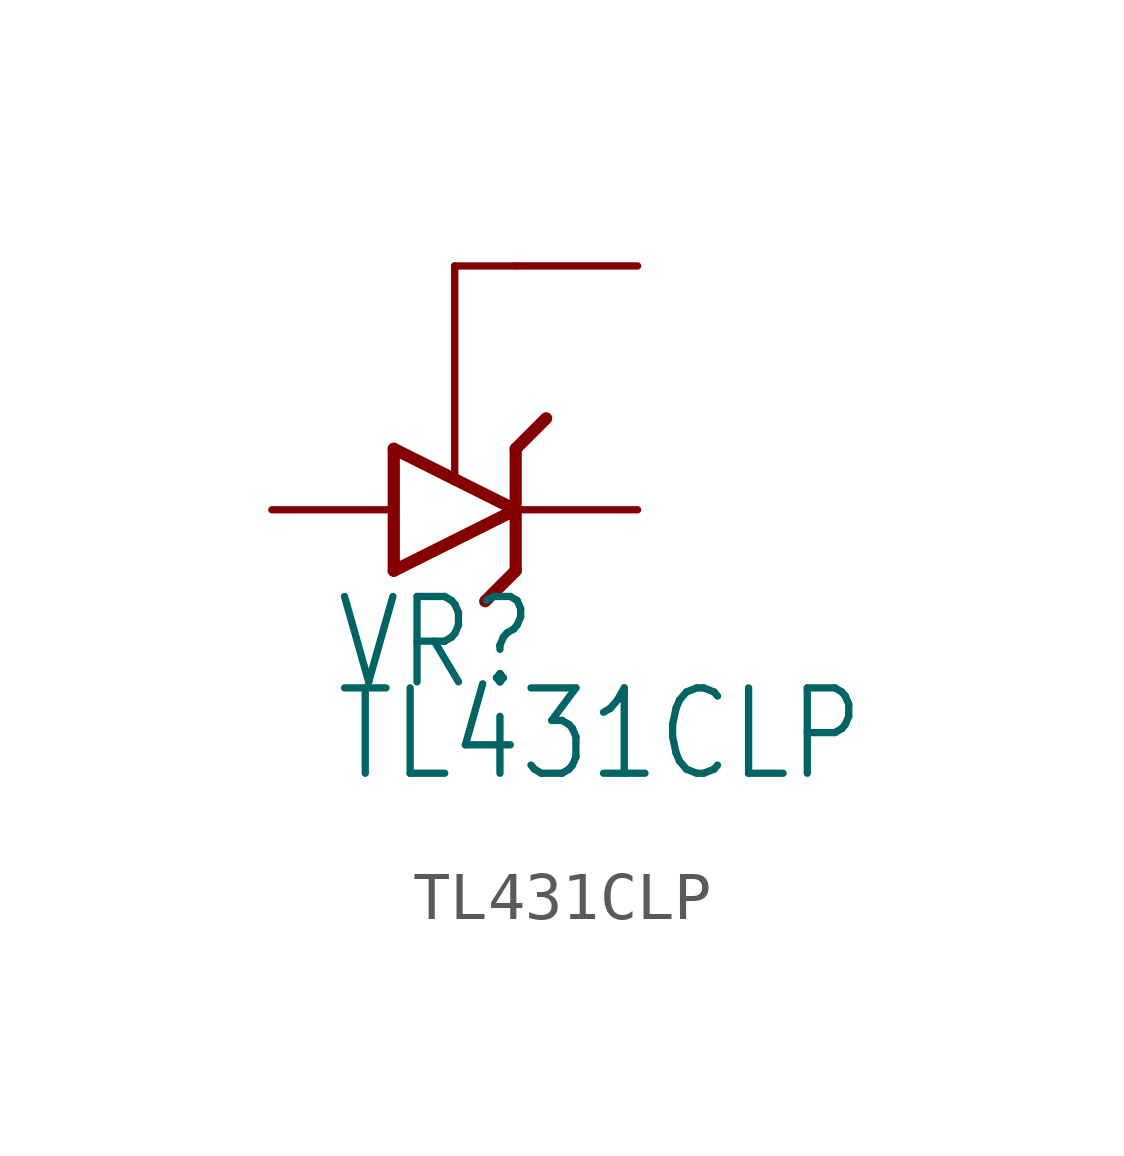
<source format=kicad_sym>
(kicad_symbol_lib
  (version 20211014)
  (generator kicad_symbol_editor)
  (symbol "TL431CLP"
    (property "Reference" "VR"
      (at -3.81 -3.81 0)
      (effects (font (size 1.778 1.511)) (justify left bottom)))
    (property "Value" "TL431CLP"
      (at -3.81 -5.715 0)
      (effects (font (size 1.778 1.511)) (justify left bottom)))
    (property "ki_locked" ""
      (at 0 0 0)
      (effects (font (size 1.27 1.27))))
    (symbol "TL431CLP_1_0"
      (polyline (pts (xy -2.54 -1.27) (xy 0 0)) (stroke (width 0.254) (type default) (color 0 0 0 0)) (fill (type none)))
      (polyline (pts (xy -2.54 1.27) (xy -2.54 -1.27)) (stroke (width 0.254) (type default) (color 0 0 0 0)) (fill (type none)))
      (polyline (pts (xy -1.27 0.635) (xy -2.54 1.27)) (stroke (width 0.254) (type default) (color 0 0 0 0)) (fill (type none)))
      (polyline (pts (xy -1.27 5.08) (xy -1.27 0.635)) (stroke (width 0.152) (type default) (color 0 0 0 0)) (fill (type none)))
      (polyline (pts (xy 0 -1.27) (xy -0.635 -1.905)) (stroke (width 0.254) (type default) (color 0 0 0 0)) (fill (type none)))
      (polyline (pts (xy 0 0) (xy -1.27 0.635)) (stroke (width 0.254) (type default) (color 0 0 0 0)) (fill (type none)))
      (polyline (pts (xy 0 0) (xy 0 -1.27)) (stroke (width 0.254) (type default) (color 0 0 0 0)) (fill (type none)))
      (polyline (pts (xy 0 1.27) (xy 0 0)) (stroke (width 0.254) (type default) (color 0 0 0 0)) (fill (type none)))
      (polyline (pts (xy 0 1.27) (xy 0.635 1.905)) (stroke (width 0.254) (type default) (color 0 0 0 0)) (fill (type none)))
      (polyline (pts (xy 0 5.08) (xy -1.27 5.08)) (stroke (width 0.152) (type default) (color 0 0 0 0)) (fill (type none)))
      (pin passive line (at -5.08 0 0) (length 2.54) (name "A" (effects (font (size 0 0)))) (number "A" (effects (font (size 0 0)))))
      (pin passive line (at 2.54 0 180) (length 2.54) (name "C" (effects (font (size 0 0)))) (number "C" (effects (font (size 0 0)))))
      (pin passive line (at 2.54 5.08 180) (length 2.54) (name "R" (effects (font (size 0 0)))) (number "R" (effects (font (size 0 0))))))))
</source>
